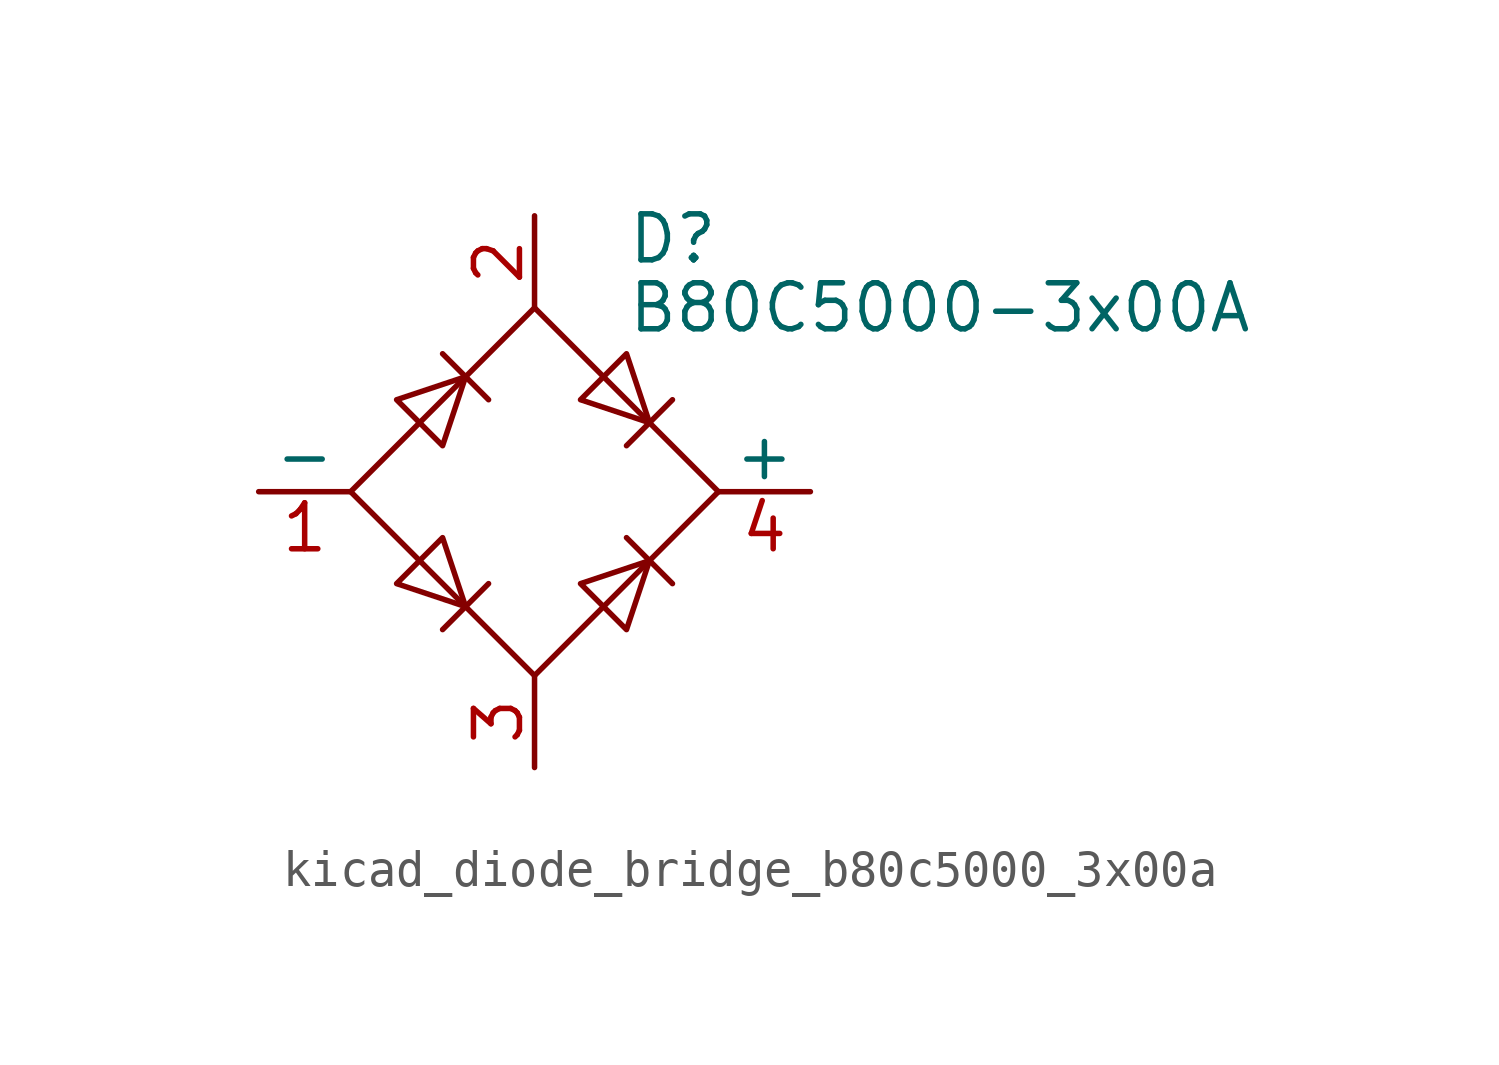
<source format=kicad_sym>
(kicad_symbol_lib
  (version 20220914)
  (generator kicad_symbol_editor)
  (symbol "kicad_diode_bridge_b80c5000_3x00a"
    (pin_names
      (offset 0))
    (property "Reference" "D"
      (at 2.54 6.985 0)
      (effects (font (size 1.27 1.27)) (justify left)))
    (property "Value" "B80C5000-3x00A"
      (at 2.54 5.08 0)
      (effects (font (size 1.27 1.27)) (justify left)))
    (symbol "kicad_diode_bridge_b80c5000_3x00a_0_1"
      (polyline (pts (xy -2.54 3.81) (xy -1.27 2.54)) (stroke (width 0) (type default)) (fill (type none)))
      (polyline (pts (xy -1.27 -2.54) (xy -2.54 -3.81)) (stroke (width 0) (type default)) (fill (type none)))
      (polyline (pts (xy 2.54 -1.27) (xy 3.81 -2.54)) (stroke (width 0) (type default)) (fill (type none)))
      (polyline (pts (xy 2.54 1.27) (xy 3.81 2.54)) (stroke (width 0) (type default)) (fill (type none)))
      (polyline (pts (xy -3.81 2.54) (xy -2.54 1.27) (xy -1.905 3.175) (xy -3.81 2.54)) (stroke (width 0) (type default)) (fill (type none)))
      (polyline (pts (xy -2.54 -1.27) (xy -3.81 -2.54) (xy -1.905 -3.175) (xy -2.54 -1.27)) (stroke (width 0) (type default)) (fill (type none)))
      (polyline (pts (xy 1.27 2.54) (xy 2.54 3.81) (xy 3.175 1.905) (xy 1.27 2.54)) (stroke (width 0) (type default)) (fill (type none)))
      (polyline (pts (xy 3.175 -1.905) (xy 1.27 -2.54) (xy 2.54 -3.81) (xy 3.175 -1.905)) (stroke (width 0) (type default)) (fill (type none)))
      (polyline (pts (xy -5.08 0) (xy 0 -5.08) (xy 5.08 0) (xy 0 5.08) (xy -5.08 0)) (stroke (width 0) (type default)) (fill (type none))))
    (symbol "kicad_diode_bridge_b80c5000_3x00a_1_1"
      (pin passive line (at -7.62 0 0) (length 2.54) (name "-" (effects (font (size 1.27 1.27)))) (number "1" (effects (font (size 1.27 1.27)))))
      (pin passive line (at 0 7.62 270) (length 2.54) (name "~" (effects (font (size 1.27 1.27)))) (number "2" (effects (font (size 1.27 1.27)))))
      (pin passive line (at 0 -7.62 90) (length 2.54) (name "~" (effects (font (size 1.27 1.27)))) (number "3" (effects (font (size 1.27 1.27)))))
      (pin passive line (at 7.62 0 180) (length 2.54) (name "+" (effects (font (size 1.27 1.27)))) (number "4" (effects (font (size 1.27 1.27))))))))
</source>
